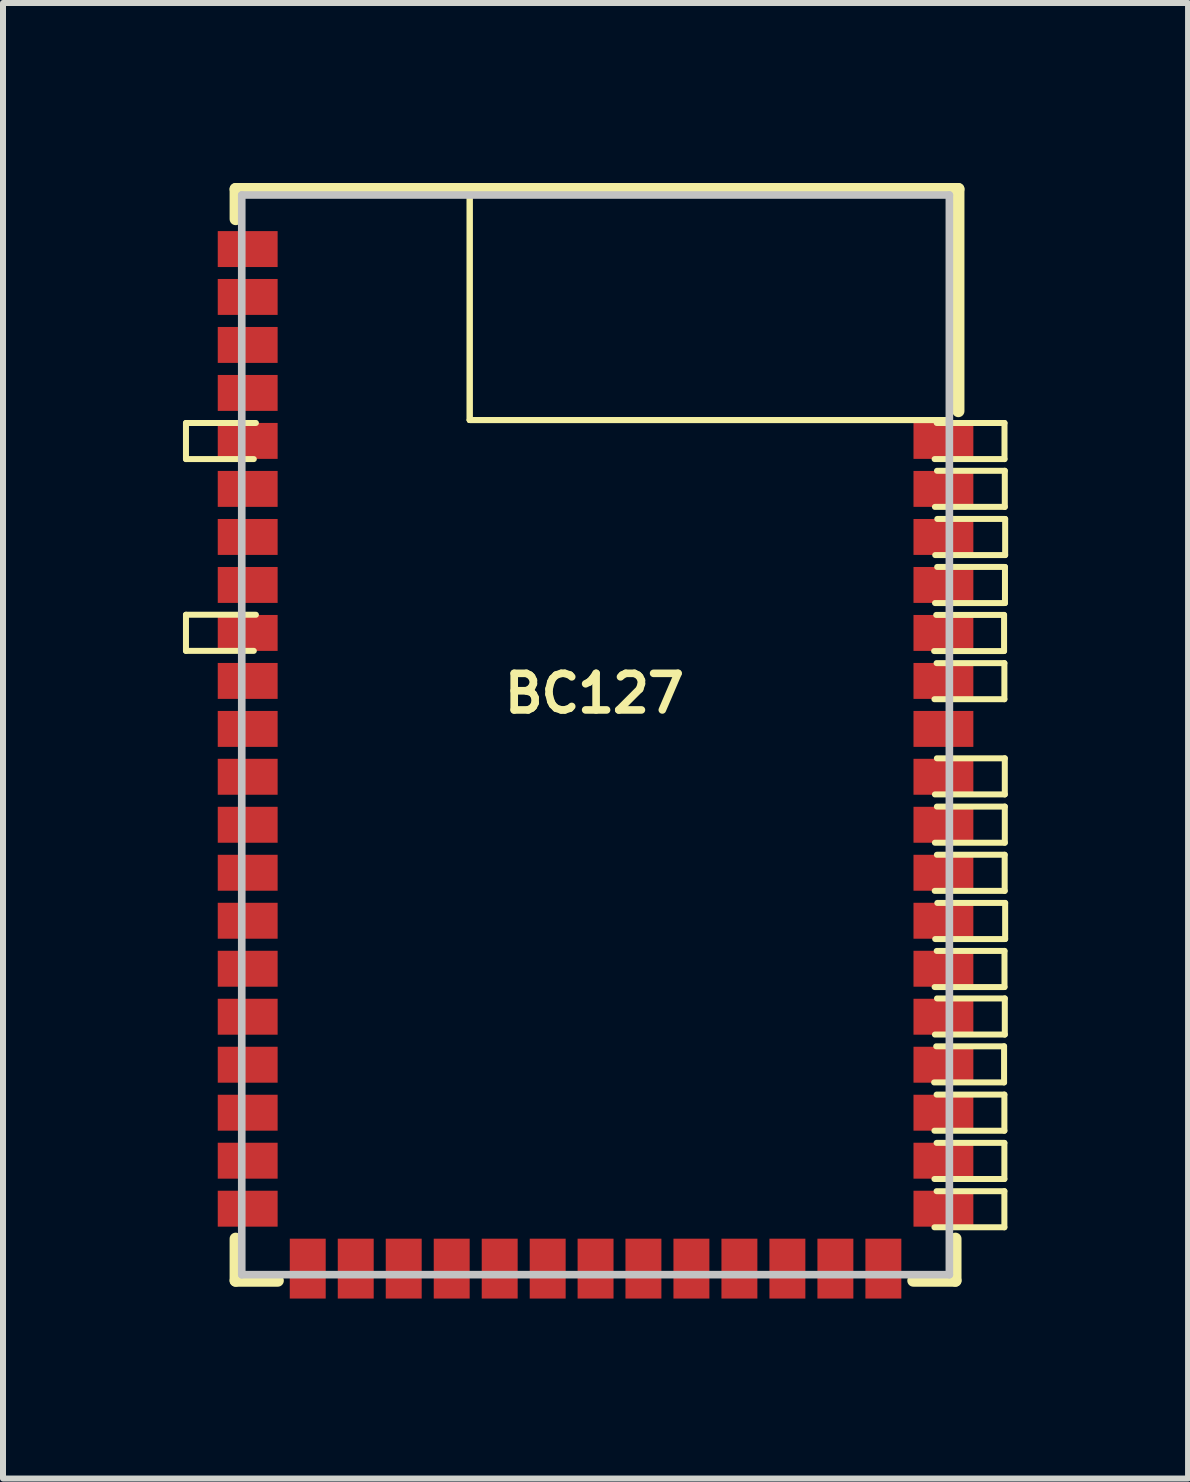
<source format=kicad_pcb>
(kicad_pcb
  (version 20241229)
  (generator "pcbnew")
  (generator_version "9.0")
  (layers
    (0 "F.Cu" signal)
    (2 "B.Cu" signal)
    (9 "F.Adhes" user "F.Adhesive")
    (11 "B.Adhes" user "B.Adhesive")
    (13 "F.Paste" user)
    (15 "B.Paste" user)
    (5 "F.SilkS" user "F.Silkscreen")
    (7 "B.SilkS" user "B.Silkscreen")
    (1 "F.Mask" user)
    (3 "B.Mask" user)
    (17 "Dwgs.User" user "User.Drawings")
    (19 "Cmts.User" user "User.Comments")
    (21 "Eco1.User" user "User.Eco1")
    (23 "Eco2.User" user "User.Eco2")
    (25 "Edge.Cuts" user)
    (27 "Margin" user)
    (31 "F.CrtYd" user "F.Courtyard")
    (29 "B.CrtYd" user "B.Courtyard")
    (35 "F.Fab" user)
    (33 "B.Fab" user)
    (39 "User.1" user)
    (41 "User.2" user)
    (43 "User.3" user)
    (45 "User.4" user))
  (footprint "BC127"
    (layer "F.Cu")
    (at 6.878 9.2)
    (property "Reference" "BC127" (at -0.02 -0.691 0) (layer "F.SilkS") (effects (font (size 0.61 0.61) (thickness 0.127))))
    (attr smd)
    (fp_line (start -6.828 -5.199) (end -6.828 -4.597) (stroke (width 0.1) (type solid)) (layer "F.SilkS"))
    (fp_line (start -6.828 -4.597) (end -5.697 -4.597) (stroke (width 0.1) (type solid)) (layer "F.SilkS"))
    (fp_line (start -6.828 -2.002) (end -6.828 -1.4) (stroke (width 0.1) (type solid)) (layer "F.SilkS"))
    (fp_line (start -6.828 -1.4) (end -5.697 -1.4) (stroke (width 0.1) (type solid)) (layer "F.SilkS"))
    (fp_line (start -5.999 -9.098) (end 6.048 -9.098) (stroke (width 0.203) (type solid)) (layer "F.SilkS"))
    (fp_line (start -5.999 -8.598) (end -5.999 -9.098) (stroke (width 0.203) (type solid)) (layer "F.SilkS"))
    (fp_line (start -5.999 9.098) (end -5.999 8.4) (stroke (width 0.203) (type solid)) (layer "F.SilkS"))
    (fp_line (start -5.662 -5.199) (end -6.828 -5.199) (stroke (width 0.1) (type solid)) (layer "F.SilkS"))
    (fp_line (start -5.662 -2.002) (end -6.828 -2.002) (stroke (width 0.1) (type solid)) (layer "F.SilkS"))
    (fp_line (start -5.298 9.098) (end -5.999 9.098) (stroke (width 0.203) (type solid)) (layer "F.SilkS"))
    (fp_line (start -2.098 -8.999) (end -2.098 -5.248) (stroke (width 0.1) (type solid)) (layer "F.SilkS"))
    (fp_line (start -2.098 -8.999) (end -2.098 -5.248) (stroke (width 0.1) (type solid)) (layer "F.SilkS"))
    (fp_line (start -2.098 -5.248) (end 5.898 -5.248) (stroke (width 0.1) (type solid)) (layer "F.SilkS"))
    (fp_line (start -2.098 -5.248) (end 5.898 -5.248) (stroke (width 0.1) (type solid)) (layer "F.SilkS"))
    (fp_line (start 5.644 -1.397) (end 6.81 -1.397) (stroke (width 0.1) (type solid)) (layer "F.SilkS"))
    (fp_line (start 5.644 5.794) (end 6.81 5.794) (stroke (width 0.1) (type solid)) (layer "F.SilkS"))
    (fp_line (start 5.649 -0.594) (end 6.815 -0.594) (stroke (width 0.1) (type solid)) (layer "F.SilkS"))
    (fp_line (start 5.649 6.599) (end 6.815 6.599) (stroke (width 0.1) (type solid)) (layer "F.SilkS"))
    (fp_line (start 5.649 7.404) (end 6.815 7.404) (stroke (width 0.1) (type solid)) (layer "F.SilkS"))
    (fp_line (start 5.649 8.209) (end 6.815 8.209) (stroke (width 0.1) (type solid)) (layer "F.SilkS"))
    (fp_line (start 5.652 -4.597) (end 6.817 -4.597) (stroke (width 0.1) (type solid)) (layer "F.SilkS"))
    (fp_line (start 5.652 4.204) (end 6.817 4.204) (stroke (width 0.1) (type solid)) (layer "F.SilkS"))
    (fp_line (start 5.654 2.601) (end 6.82 2.601) (stroke (width 0.1) (type solid)) (layer "F.SilkS"))
    (fp_line (start 5.657 -3.8) (end 6.822 -3.8) (stroke (width 0.1) (type solid)) (layer "F.SilkS"))
    (fp_line (start 5.657 0.993) (end 6.822 0.993) (stroke (width 0.1) (type solid)) (layer "F.SilkS"))
    (fp_line (start 5.657 1.798) (end 6.822 1.798) (stroke (width 0.1) (type solid)) (layer "F.SilkS"))
    (fp_line (start 5.657 4.996) (end 6.822 4.996) (stroke (width 0.1) (type solid)) (layer "F.SilkS"))
    (fp_line (start 5.659 -2.197) (end 6.825 -2.197) (stroke (width 0.1) (type solid)) (layer "F.SilkS"))
    (fp_line (start 5.662 -2.997) (end 6.828 -2.997) (stroke (width 0.1) (type solid)) (layer "F.SilkS"))
    (fp_line (start 5.662 3.404) (end 6.828 3.404) (stroke (width 0.1) (type solid)) (layer "F.SilkS"))
    (fp_line (start 5.898 -5.248) (end 5.898 -8.999) (stroke (width 0.1) (type solid)) (layer "F.SilkS"))
    (fp_line (start 5.898 -5.248) (end 5.898 -8.999) (stroke (width 0.1) (type solid)) (layer "F.SilkS"))
    (fp_line (start 5.999 8.4) (end 5.999 9.098) (stroke (width 0.203) (type solid)) (layer "F.SilkS"))
    (fp_line (start 5.999 9.098) (end 5.298 9.098) (stroke (width 0.203) (type solid)) (layer "F.SilkS"))
    (fp_line (start 6.048 -9.098) (end 6.048 -5.397) (stroke (width 0.203) (type solid)) (layer "F.SilkS"))
    (fp_line (start 6.81 -1.999) (end 5.679 -1.999) (stroke (width 0.1) (type solid)) (layer "F.SilkS"))
    (fp_line (start 6.81 -1.397) (end 6.81 -1.999) (stroke (width 0.1) (type solid)) (layer "F.SilkS"))
    (fp_line (start 6.81 5.192) (end 5.679 5.192) (stroke (width 0.1) (type solid)) (layer "F.SilkS"))
    (fp_line (start 6.81 5.794) (end 6.81 5.192) (stroke (width 0.1) (type solid)) (layer "F.SilkS"))
    (fp_line (start 6.815 -1.196) (end 5.685 -1.196) (stroke (width 0.1) (type solid)) (layer "F.SilkS"))
    (fp_line (start 6.815 -0.594) (end 6.815 -1.196) (stroke (width 0.1) (type solid)) (layer "F.SilkS"))
    (fp_line (start 6.815 5.997) (end 5.685 5.997) (stroke (width 0.1) (type solid)) (layer "F.SilkS"))
    (fp_line (start 6.815 6.599) (end 6.815 5.997) (stroke (width 0.1) (type solid)) (layer "F.SilkS"))
    (fp_line (start 6.815 6.802) (end 5.685 6.802) (stroke (width 0.1) (type solid)) (layer "F.SilkS"))
    (fp_line (start 6.815 7.404) (end 6.815 6.802) (stroke (width 0.1) (type solid)) (layer "F.SilkS"))
    (fp_line (start 6.815 7.607) (end 5.685 7.607) (stroke (width 0.1) (type solid)) (layer "F.SilkS"))
    (fp_line (start 6.815 8.209) (end 6.815 7.607) (stroke (width 0.1) (type solid)) (layer "F.SilkS"))
    (fp_line (start 6.817 -5.199) (end 5.687 -5.199) (stroke (width 0.1) (type solid)) (layer "F.SilkS"))
    (fp_line (start 6.817 -4.597) (end 6.817 -5.199) (stroke (width 0.1) (type solid)) (layer "F.SilkS"))
    (fp_line (start 6.817 3.602) (end 5.687 3.602) (stroke (width 0.1) (type solid)) (layer "F.SilkS"))
    (fp_line (start 6.817 4.204) (end 6.817 3.602) (stroke (width 0.1) (type solid)) (layer "F.SilkS"))
    (fp_line (start 6.82 1.999) (end 5.69 1.999) (stroke (width 0.1) (type solid)) (layer "F.SilkS"))
    (fp_line (start 6.82 2.601) (end 6.82 1.999) (stroke (width 0.1) (type solid)) (layer "F.SilkS"))
    (fp_line (start 6.822 -4.402) (end 5.692 -4.402) (stroke (width 0.1) (type solid)) (layer "F.SilkS"))
    (fp_line (start 6.822 -3.8) (end 6.822 -4.402) (stroke (width 0.1) (type solid)) (layer "F.SilkS"))
    (fp_line (start 6.822 0.391) (end 5.69 0.391) (stroke (width 0.1) (type solid)) (layer "F.SilkS"))
    (fp_line (start 6.822 0.993) (end 6.822 0.391) (stroke (width 0.1) (type solid)) (layer "F.SilkS"))
    (fp_line (start 6.822 1.196) (end 5.69 1.196) (stroke (width 0.1) (type solid)) (layer "F.SilkS"))
    (fp_line (start 6.822 1.798) (end 6.822 1.196) (stroke (width 0.1) (type solid)) (layer "F.SilkS"))
    (fp_line (start 6.822 4.394) (end 5.692 4.394) (stroke (width 0.1) (type solid)) (layer "F.SilkS"))
    (fp_line (start 6.822 4.996) (end 6.822 4.394) (stroke (width 0.1) (type solid)) (layer "F.SilkS"))
    (fp_line (start 6.825 -2.799) (end 5.695 -2.799) (stroke (width 0.1) (type solid)) (layer "F.SilkS"))
    (fp_line (start 6.825 -2.197) (end 6.825 -2.799) (stroke (width 0.1) (type solid)) (layer "F.SilkS"))
    (fp_line (start 6.828 -3.599) (end 5.697 -3.599) (stroke (width 0.1) (type solid)) (layer "F.SilkS"))
    (fp_line (start 6.828 -2.997) (end 6.828 -3.599) (stroke (width 0.1) (type solid)) (layer "F.SilkS"))
    (fp_line (start 6.828 2.802) (end 5.697 2.802) (stroke (width 0.1) (type solid)) (layer "F.SilkS"))
    (fp_line (start 6.828 3.404) (end 6.828 2.802) (stroke (width 0.1) (type solid)) (layer "F.SilkS"))
    (fp_line (start -5.898 -8.999) (end 5.898 -8.999) (stroke (width 0.127) (type solid)) (layer "Dwgs.User"))
    (fp_line (start -5.898 8.999) (end -5.898 -8.999) (stroke (width 0.127) (type solid)) (layer "Dwgs.User"))
    (fp_line (start 5.898 -8.999) (end 5.898 8.999) (stroke (width 0.127) (type solid)) (layer "Dwgs.User"))
    (fp_line (start 5.898 8.999) (end -5.898 8.999) (stroke (width 0.127) (type solid)) (layer "Dwgs.User"))
    (pad "1" smd rect (at -5.799 -8.098) (size 0.998 0.599) (layers "F.Cu" "F.Mask" "F.Paste"))
    (pad "2" smd rect (at -5.799 -7.3) (size 0.998 0.599) (layers "F.Cu" "F.Mask" "F.Paste"))
    (pad "3" smd rect (at -5.799 -6.5) (size 0.998 0.599) (layers "F.Cu" "F.Mask" "F.Paste"))
    (pad "4" smd rect (at -5.799 -5.7) (size 0.998 0.599) (layers "F.Cu" "F.Mask" "F.Paste"))
    (pad "5" smd rect (at -5.799 -4.9) (size 0.998 0.599) (layers "F.Cu" "F.Mask" "F.Paste"))
    (pad "6" smd rect (at -5.799 -4.1) (size 0.998 0.599) (layers "F.Cu" "F.Mask" "F.Paste"))
    (pad "7" smd rect (at -5.799 -3.299) (size 0.998 0.599) (layers "F.Cu" "F.Mask" "F.Paste"))
    (pad "8" smd rect (at -5.799 -2.499) (size 0.998 0.599) (layers "F.Cu" "F.Mask" "F.Paste"))
    (pad "9" smd rect (at -5.799 -1.699) (size 0.998 0.599) (layers "F.Cu" "F.Mask" "F.Paste"))
    (pad "10" smd rect (at -5.799 -0.899) (size 0.998 0.599) (layers "F.Cu" "F.Mask" "F.Paste"))
    (pad "11" smd rect (at -5.799 -0.099) (size 0.998 0.599) (layers "F.Cu" "F.Mask" "F.Paste"))
    (pad "12" smd rect (at -5.799 0.699) (size 0.998 0.599) (layers "F.Cu" "F.Mask" "F.Paste"))
    (pad "13" smd rect (at -5.799 1.499) (size 0.998 0.599) (layers "F.Cu" "F.Mask" "F.Paste"))
    (pad "14" smd rect (at -5.799 2.299) (size 0.998 0.599) (layers "F.Cu" "F.Mask" "F.Paste"))
    (pad "15" smd rect (at -5.799 3.099) (size 0.998 0.599) (layers "F.Cu" "F.Mask" "F.Paste"))
    (pad "16" smd rect (at -5.799 3.899) (size 0.998 0.599) (layers "F.Cu" "F.Mask" "F.Paste"))
    (pad "17" smd rect (at -5.799 4.699) (size 0.998 0.599) (layers "F.Cu" "F.Mask" "F.Paste"))
    (pad "18" smd rect (at -5.799 5.499) (size 0.998 0.599) (layers "F.Cu" "F.Mask" "F.Paste"))
    (pad "19" smd rect (at -5.799 6.299) (size 0.998 0.599) (layers "F.Cu" "F.Mask" "F.Paste"))
    (pad "20" smd rect (at -5.799 7.099) (size 0.998 0.599) (layers "F.Cu" "F.Mask" "F.Paste"))
    (pad "21" smd rect (at -5.799 7.899) (size 0.998 0.599) (layers "F.Cu" "F.Mask" "F.Paste"))
    (pad "22" smd rect (at -4.798 8.898 90) (size 0.998 0.599) (layers "F.Cu" "F.Mask" "F.Paste"))
    (pad "23" smd rect (at -3.998 8.898 90) (size 0.998 0.599) (layers "F.Cu" "F.Mask" "F.Paste"))
    (pad "24" smd rect (at -3.198 8.898 90) (size 0.998 0.599) (layers "F.Cu" "F.Mask" "F.Paste"))
    (pad "25" smd rect (at -2.398 8.898 90) (size 0.998 0.599) (layers "F.Cu" "F.Mask" "F.Paste"))
    (pad "26" smd rect (at -1.598 8.898 90) (size 0.998 0.599) (layers "F.Cu" "F.Mask" "F.Paste"))
    (pad "27" smd rect (at -0.798 8.898 90) (size 0.998 0.599) (layers "F.Cu" "F.Mask" "F.Paste"))
    (pad "28" smd rect (at 0 8.898 90) (size 0.998 0.599) (layers "F.Cu" "F.Mask" "F.Paste"))
    (pad "29" smd rect (at 0.798 8.898 90) (size 0.998 0.599) (layers "F.Cu" "F.Mask" "F.Paste"))
    (pad "30" smd rect (at 1.598 8.898 90) (size 0.998 0.599) (layers "F.Cu" "F.Mask" "F.Paste"))
    (pad "31" smd rect (at 2.398 8.898 90) (size 0.998 0.599) (layers "F.Cu" "F.Mask" "F.Paste"))
    (pad "32" smd rect (at 3.198 8.898 90) (size 0.998 0.599) (layers "F.Cu" "F.Mask" "F.Paste"))
    (pad "33" smd rect (at 3.998 8.898 90) (size 0.998 0.599) (layers "F.Cu" "F.Mask" "F.Paste"))
    (pad "34" smd rect (at 4.798 8.898 90) (size 0.998 0.599) (layers "F.Cu" "F.Mask" "F.Paste"))
    (pad "35" smd rect (at 5.799 7.899) (size 0.998 0.599) (layers "F.Cu" "F.Mask" "F.Paste"))
    (pad "36" smd rect (at 5.799 7.099) (size 0.998 0.599) (layers "F.Cu" "F.Mask" "F.Paste"))
    (pad "37" smd rect (at 5.799 6.299) (size 0.998 0.599) (layers "F.Cu" "F.Mask" "F.Paste"))
    (pad "38" smd rect (at 5.799 5.499) (size 0.998 0.599) (layers "F.Cu" "F.Mask" "F.Paste"))
    (pad "39" smd rect (at 5.799 4.699) (size 0.998 0.599) (layers "F.Cu" "F.Mask" "F.Paste"))
    (pad "40" smd rect (at 5.799 3.899) (size 0.998 0.599) (layers "F.Cu" "F.Mask" "F.Paste"))
    (pad "41" smd rect (at 5.799 3.099) (size 0.998 0.599) (layers "F.Cu" "F.Mask" "F.Paste"))
    (pad "42" smd rect (at 5.799 2.299) (size 0.998 0.599) (layers "F.Cu" "F.Mask" "F.Paste"))
    (pad "43" smd rect (at 5.799 1.499) (size 0.998 0.599) (layers "F.Cu" "F.Mask" "F.Paste"))
    (pad "44" smd rect (at 5.799 0.699) (size 0.998 0.599) (layers "F.Cu" "F.Mask" "F.Paste"))
    (pad "45" smd rect (at 5.799 -0.099) (size 0.998 0.599) (layers "F.Cu" "F.Mask" "F.Paste"))
    (pad "46" smd rect (at 5.799 -0.899) (size 0.998 0.599) (layers "F.Cu" "F.Mask" "F.Paste"))
    (pad "47" smd rect (at 5.799 -1.699) (size 0.998 0.599) (layers "F.Cu" "F.Mask" "F.Paste"))
    (pad "48" smd rect (at 5.799 -2.499) (size 0.998 0.599) (layers "F.Cu" "F.Mask" "F.Paste"))
    (pad "49" smd rect (at 5.799 -3.299) (size 0.998 0.599) (layers "F.Cu" "F.Mask" "F.Paste"))
    (pad "50" smd rect (at 5.799 -4.1) (size 0.998 0.599) (layers "F.Cu" "F.Mask" "F.Paste"))
    (pad "51" smd rect (at 5.799 -4.9) (size 0.998 0.599) (layers "F.Cu" "F.Mask" "F.Paste")))
  (gr_rect
    (start -3 -3)
    (end 16.755 21.597)
    (stroke (width 0.1) (type default))
    (fill no)
    (layer "Edge.Cuts")))
</source>
